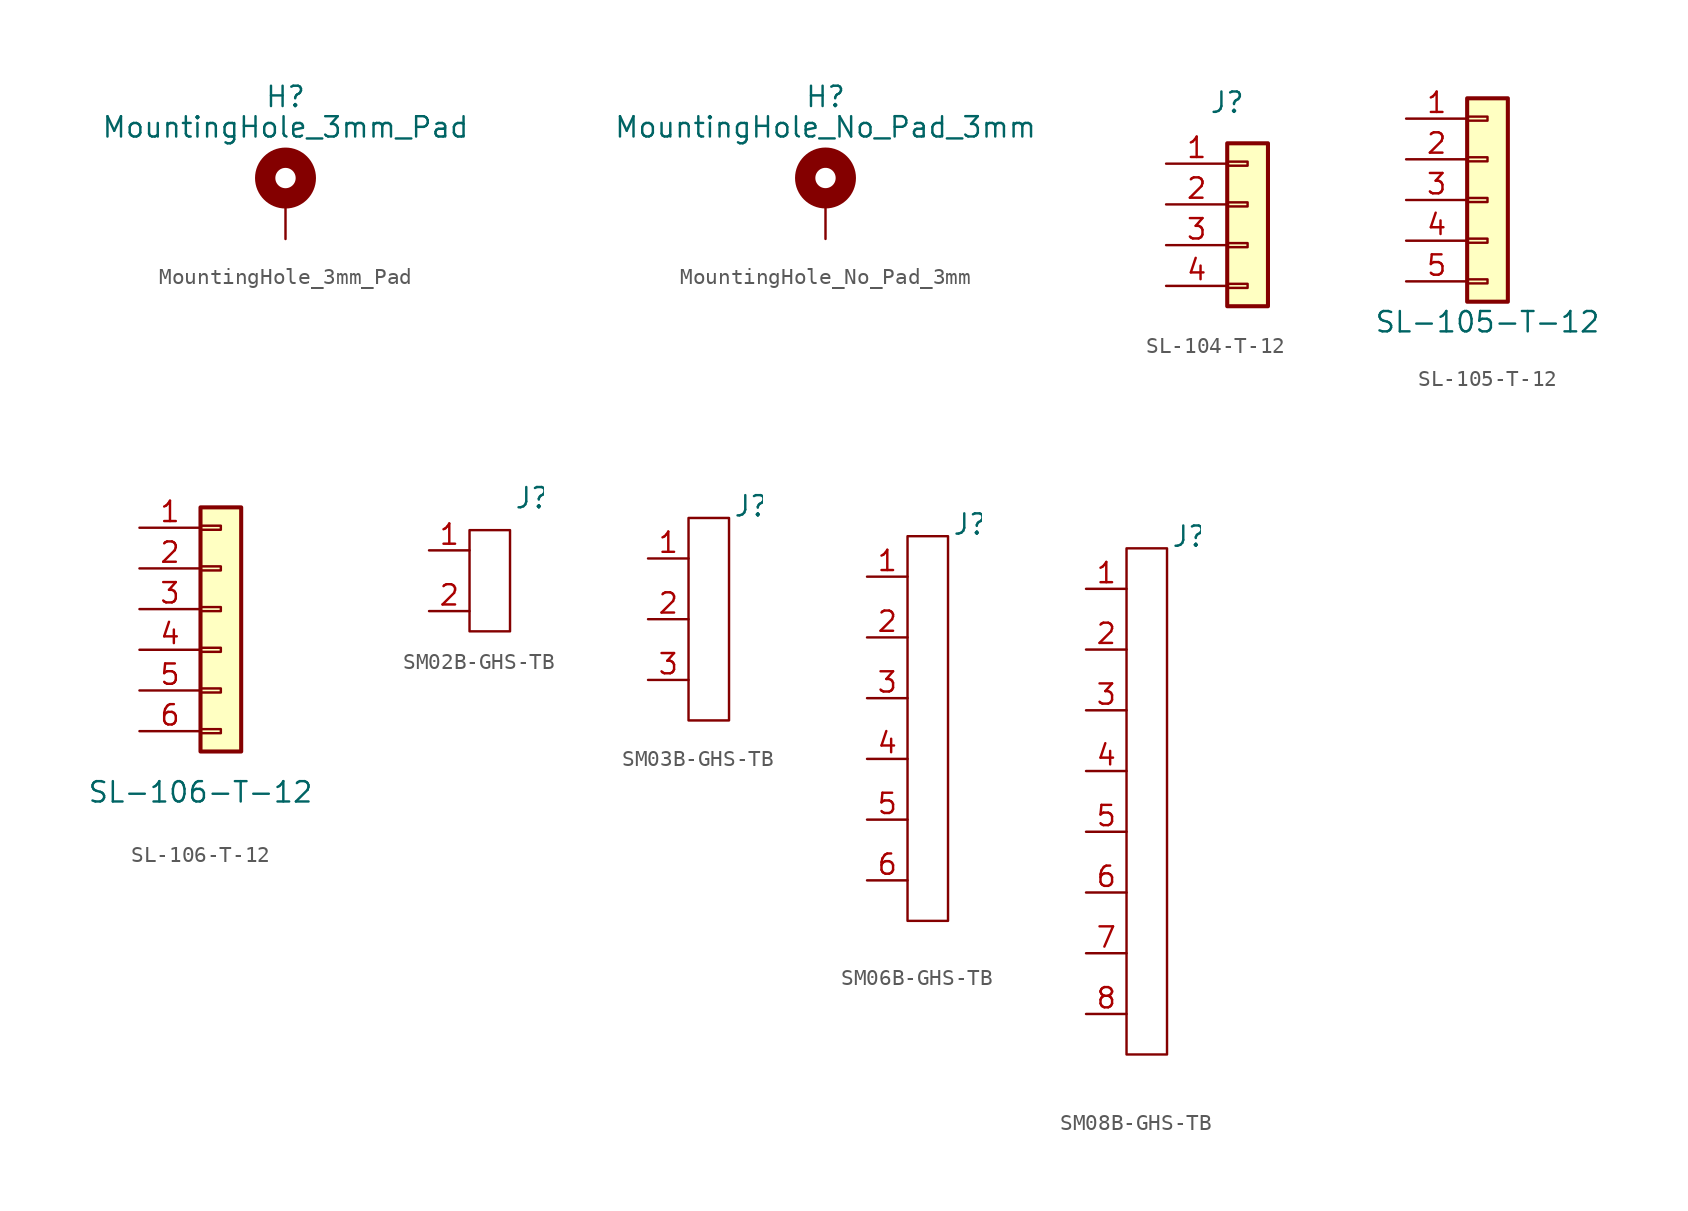
<source format=kicad_sym>
(kicad_symbol_lib
  (version 20211014)
  (generator kicad_symbol_editor)
  (symbol "MountingHole_3mm_Pad"
    (pin_numbers hide)
    (pin_names
      (offset 1.016) hide)
    (property "Reference" "H"
      (at 0 6.35 0)
      (effects (font (size 1.27 1.27))))
    (property "Value" "MountingHole_3mm_Pad"
      (at 0 4.445 0)
      (effects (font (size 1.27 1.27))))
    (symbol "MountingHole_3mm_Pad_0_1"
      (circle (center 0 1.27) (radius 1.27) (stroke (width 1.27) (type default) (color 0 0 0 0)) (fill (type none))))
    (symbol "MountingHole_3mm_Pad_1_1"
      (pin input line (at 0 -2.54 90) (length 2.54) (name "1" (effects (font (size 1.27 1.27)))) (number "1" (effects (font (size 1.27 1.27)))))))
  (symbol "MountingHole_No_Pad_3mm"
    (pin_numbers hide)
    (pin_names
      (offset 1.016) hide)
    (property "Reference" "H"
      (at 0 6.35 0)
      (effects (font (size 1.27 1.27))))
    (property "Value" "MountingHole_No_Pad_3mm"
      (at 0 4.445 0)
      (effects (font (size 1.27 1.27))))
    (symbol "MountingHole_No_Pad_3mm_0_1"
      (circle (center 0 1.27) (radius 1.27) (stroke (width 1.27) (type default) (color 0 0 0 0)) (fill (type none))))
    (symbol "MountingHole_No_Pad_3mm_1_1"
      (pin input line (at 0 -2.54 90) (length 2.54) (name "1" (effects (font (size 1.27 1.27)))) (number "1" (effects (font (size 1.27 1.27)))))))
  (symbol "SL-104-T-12"
    (pin_names
      (offset 1.016) hide)
    (property "Reference" "J"
      (at 0 7.62 0)
      (effects (font (size 1.27 1.27))))
    (symbol "SL-104-T-12_1_1"
      (rectangle (start 0 -3.683) (end 1.27 -3.937) (stroke (width 0.152) (type default) (color 0 0 0 0)) (fill (type none)))
      (rectangle (start 0 -1.143) (end 1.27 -1.397) (stroke (width 0.152) (type default) (color 0 0 0 0)) (fill (type none)))
      (rectangle (start 0 1.397) (end 1.27 1.143) (stroke (width 0.152) (type default) (color 0 0 0 0)) (fill (type none)))
      (rectangle (start 0 3.937) (end 1.27 3.683) (stroke (width 0.152) (type default) (color 0 0 0 0)) (fill (type none)))
      (rectangle (start 0 5.08) (end 2.54 -5.08) (stroke (width 0.254) (type default) (color 0 0 0 0)) (fill (type background)))
      (pin passive line (at -3.81 3.81 0) (length 3.81) (name "Pin_1" (effects (font (size 1.27 1.27)))) (number "1" (effects (font (size 1.27 1.27)))))
      (pin passive line (at -3.81 1.27 0) (length 3.81) (name "Pin_2" (effects (font (size 1.27 1.27)))) (number "2" (effects (font (size 1.27 1.27)))))
      (pin passive line (at -3.81 -1.27 0) (length 3.81) (name "Pin_3" (effects (font (size 1.27 1.27)))) (number "3" (effects (font (size 1.27 1.27)))))
      (pin passive line (at -3.81 -3.81 0) (length 3.81) (name "Pin_4" (effects (font (size 1.27 1.27)))) (number "4" (effects (font (size 1.27 1.27)))))))
  (symbol "SL-105-T-12"
    (pin_names
      (offset 1.016) hide)
    (property "Reference" "J"
      (at 0 7.62 0)
      (effects (font (size 1.27 1.27)) hide))
    (property "Value" "SL-105-T-12"
      (at 0 -7.62 0)
      (effects (font (size 1.27 1.27))))
    (symbol "SL-105-T-12_1_1"
      (rectangle (start -1.27 -4.953) (end 0 -5.207) (stroke (width 0.152) (type default) (color 0 0 0 0)) (fill (type none)))
      (rectangle (start -1.27 -2.413) (end 0 -2.667) (stroke (width 0.152) (type default) (color 0 0 0 0)) (fill (type none)))
      (rectangle (start -1.27 0.127) (end 0 -0.127) (stroke (width 0.152) (type default) (color 0 0 0 0)) (fill (type none)))
      (rectangle (start -1.27 2.667) (end 0 2.413) (stroke (width 0.152) (type default) (color 0 0 0 0)) (fill (type none)))
      (rectangle (start -1.27 5.207) (end 0 4.953) (stroke (width 0.152) (type default) (color 0 0 0 0)) (fill (type none)))
      (rectangle (start -1.27 6.35) (end 1.27 -6.35) (stroke (width 0.254) (type default) (color 0 0 0 0)) (fill (type background)))
      (pin passive line (at -5.08 5.08 0) (length 3.81) (name "Pin_1" (effects (font (size 1.27 1.27)))) (number "1" (effects (font (size 1.27 1.27)))))
      (pin passive line (at -5.08 2.54 0) (length 3.81) (name "Pin_2" (effects (font (size 1.27 1.27)))) (number "2" (effects (font (size 1.27 1.27)))))
      (pin passive line (at -5.08 0 0) (length 3.81) (name "Pin_3" (effects (font (size 1.27 1.27)))) (number "3" (effects (font (size 1.27 1.27)))))
      (pin passive line (at -5.08 -2.54 0) (length 3.81) (name "Pin_4" (effects (font (size 1.27 1.27)))) (number "4" (effects (font (size 1.27 1.27)))))
      (pin passive line (at -5.08 -5.08 0) (length 3.81) (name "Pin_5" (effects (font (size 1.27 1.27)))) (number "5" (effects (font (size 1.27 1.27)))))))
  (symbol "SL-106-T-12"
    (pin_names
      (offset 1.016) hide)
    (property "Reference" "J"
      (at -19.05 17.78 0)
      (effects (font (size 1.27 1.27)) hide))
    (property "Value" "SL-106-T-12"
      (at 0 -10.16 0)
      (effects (font (size 1.27 1.27))))
    (symbol "SL-106-T-12_1_1"
      (rectangle (start 0 -6.223) (end 1.27 -6.477) (stroke (width 0.152) (type default) (color 0 0 0 0)) (fill (type none)))
      (rectangle (start 0 -3.683) (end 1.27 -3.937) (stroke (width 0.152) (type default) (color 0 0 0 0)) (fill (type none)))
      (rectangle (start 0 -1.143) (end 1.27 -1.397) (stroke (width 0.152) (type default) (color 0 0 0 0)) (fill (type none)))
      (rectangle (start 0 1.397) (end 1.27 1.143) (stroke (width 0.152) (type default) (color 0 0 0 0)) (fill (type none)))
      (rectangle (start 0 3.937) (end 1.27 3.683) (stroke (width 0.152) (type default) (color 0 0 0 0)) (fill (type none)))
      (rectangle (start 0 6.477) (end 1.27 6.223) (stroke (width 0.152) (type default) (color 0 0 0 0)) (fill (type none)))
      (rectangle (start 0 7.62) (end 2.54 -7.62) (stroke (width 0.254) (type default) (color 0 0 0 0)) (fill (type background)))
      (pin passive line (at -3.81 6.35 0) (length 3.81) (name "Pin_1" (effects (font (size 1.27 1.27)))) (number "1" (effects (font (size 1.27 1.27)))))
      (pin passive line (at -3.81 3.81 0) (length 3.81) (name "Pin_2" (effects (font (size 1.27 1.27)))) (number "2" (effects (font (size 1.27 1.27)))))
      (pin passive line (at -3.81 1.27 0) (length 3.81) (name "Pin_3" (effects (font (size 1.27 1.27)))) (number "3" (effects (font (size 1.27 1.27)))))
      (pin passive line (at -3.81 -1.27 0) (length 3.81) (name "Pin_4" (effects (font (size 1.27 1.27)))) (number "4" (effects (font (size 1.27 1.27)))))
      (pin passive line (at -3.81 -3.81 0) (length 3.81) (name "Pin_5" (effects (font (size 1.27 1.27)))) (number "5" (effects (font (size 1.27 1.27)))))
      (pin passive line (at -3.81 -6.35 0) (length 3.81) (name "Pin_6" (effects (font (size 1.27 1.27)))) (number "6" (effects (font (size 1.27 1.27)))))))
  (symbol "SM02B-GHS-TB"
    (pin_names
      (offset 1.016) hide)
    (property "Reference" "J"
      (at 1.524 3.81 0)
      (effects (font (size 1.27 1.27)) (justify left bottom)))
    (symbol "SM02B-GHS-TB_0_1"
      (rectangle (start -1.27 2.54) (end 1.27 -3.81) (stroke (width 0) (type default) (color 0 0 0 0)) (fill (type none))))
    (symbol "SM02B-GHS-TB_1_1"
      (pin passive line (at -3.81 1.27 0) (length 2.54) (name "~" (effects (font (size 1.27 1.27)))) (number "1" (effects (font (size 1.27 1.27)))))
      (pin passive line (at -3.81 -2.54 0) (length 2.54) (name "~" (effects (font (size 1.27 1.27)))) (number "2" (effects (font (size 1.27 1.27)))))))
  (symbol "SM03B-GHS-TB"
    (pin_names
      (offset 1.016) hide)
    (property "Reference" "J"
      (at 1.524 3.81 0)
      (effects (font (size 1.27 1.27)) (justify left bottom)))
    (symbol "SM03B-GHS-TB_0_1"
      (rectangle (start -1.27 3.81) (end 1.27 -8.89) (stroke (width 0) (type default) (color 0 0 0 0)) (fill (type none))))
    (symbol "SM03B-GHS-TB_1_1"
      (pin passive line (at -3.81 1.27 0) (length 2.54) (name "~" (effects (font (size 1.27 1.27)))) (number "1" (effects (font (size 1.27 1.27)))))
      (pin passive line (at -3.81 -2.54 0) (length 2.54) (name "~" (effects (font (size 1.27 1.27)))) (number "2" (effects (font (size 1.27 1.27)))))
      (pin passive line (at -3.81 -6.35 0) (length 2.54) (name "~" (effects (font (size 1.27 1.27)))) (number "3" (effects (font (size 1.27 1.27)))))))
  (symbol "SM06B-GHS-TB"
    (pin_names
      (offset 1.016) hide)
    (property "Reference" "J"
      (at 1.524 3.81 0)
      (effects (font (size 1.27 1.27)) (justify left bottom)))
    (symbol "SM06B-GHS-TB_0_1"
      (rectangle (start -1.27 3.81) (end 1.27 -20.32) (stroke (width 0) (type default) (color 0 0 0 0)) (fill (type none))))
    (symbol "SM06B-GHS-TB_1_1"
      (pin passive line (at -3.81 1.27 0) (length 2.54) (name "~" (effects (font (size 1.27 1.27)))) (number "1" (effects (font (size 1.27 1.27)))))
      (pin passive line (at -3.81 -2.54 0) (length 2.54) (name "~" (effects (font (size 1.27 1.27)))) (number "2" (effects (font (size 1.27 1.27)))))
      (pin passive line (at -3.81 -6.35 0) (length 2.54) (name "~" (effects (font (size 1.27 1.27)))) (number "3" (effects (font (size 1.27 1.27)))))
      (pin passive line (at -3.81 -10.16 0) (length 2.54) (name "~" (effects (font (size 1.27 1.27)))) (number "4" (effects (font (size 1.27 1.27)))))
      (pin passive line (at -3.81 -13.97 0) (length 2.54) (name "~" (effects (font (size 1.27 1.27)))) (number "5" (effects (font (size 1.27 1.27)))))
      (pin passive line (at -3.81 -17.78 0) (length 2.54) (name "~" (effects (font (size 1.27 1.27)))) (number "6" (effects (font (size 1.27 1.27)))))))
  (symbol "SM08B-GHS-TB"
    (pin_names
      (offset 1.016) hide)
    (property "Reference" "J"
      (at 1.524 3.81 0)
      (effects (font (size 1.27 1.27)) (justify left bottom)))
    (symbol "SM08B-GHS-TB_0_1"
      (rectangle (start -1.27 3.81) (end 1.27 -27.94) (stroke (width 0) (type default) (color 0 0 0 0)) (fill (type none))))
    (symbol "SM08B-GHS-TB_1_1"
      (pin passive line (at -3.81 1.27 0) (length 2.54) (name "~" (effects (font (size 1.27 1.27)))) (number "1" (effects (font (size 1.27 1.27)))))
      (pin passive line (at -3.81 -2.54 0) (length 2.54) (name "~" (effects (font (size 1.27 1.27)))) (number "2" (effects (font (size 1.27 1.27)))))
      (pin passive line (at -3.81 -6.35 0) (length 2.54) (name "~" (effects (font (size 1.27 1.27)))) (number "3" (effects (font (size 1.27 1.27)))))
      (pin passive line (at -3.81 -10.16 0) (length 2.54) (name "~" (effects (font (size 1.27 1.27)))) (number "4" (effects (font (size 1.27 1.27)))))
      (pin passive line (at -3.81 -13.97 0) (length 2.54) (name "~" (effects (font (size 1.27 1.27)))) (number "5" (effects (font (size 1.27 1.27)))))
      (pin passive line (at -3.81 -17.78 0) (length 2.54) (name "~" (effects (font (size 1.27 1.27)))) (number "6" (effects (font (size 1.27 1.27)))))
      (pin passive line (at -3.81 -21.59 0) (length 2.54) (name "~" (effects (font (size 1.27 1.27)))) (number "7" (effects (font (size 1.27 1.27)))))
      (pin passive line (at -3.81 -25.4 0) (length 2.54) (name "~" (effects (font (size 1.27 1.27)))) (number "8" (effects (font (size 1.27 1.27))))))))
</source>
